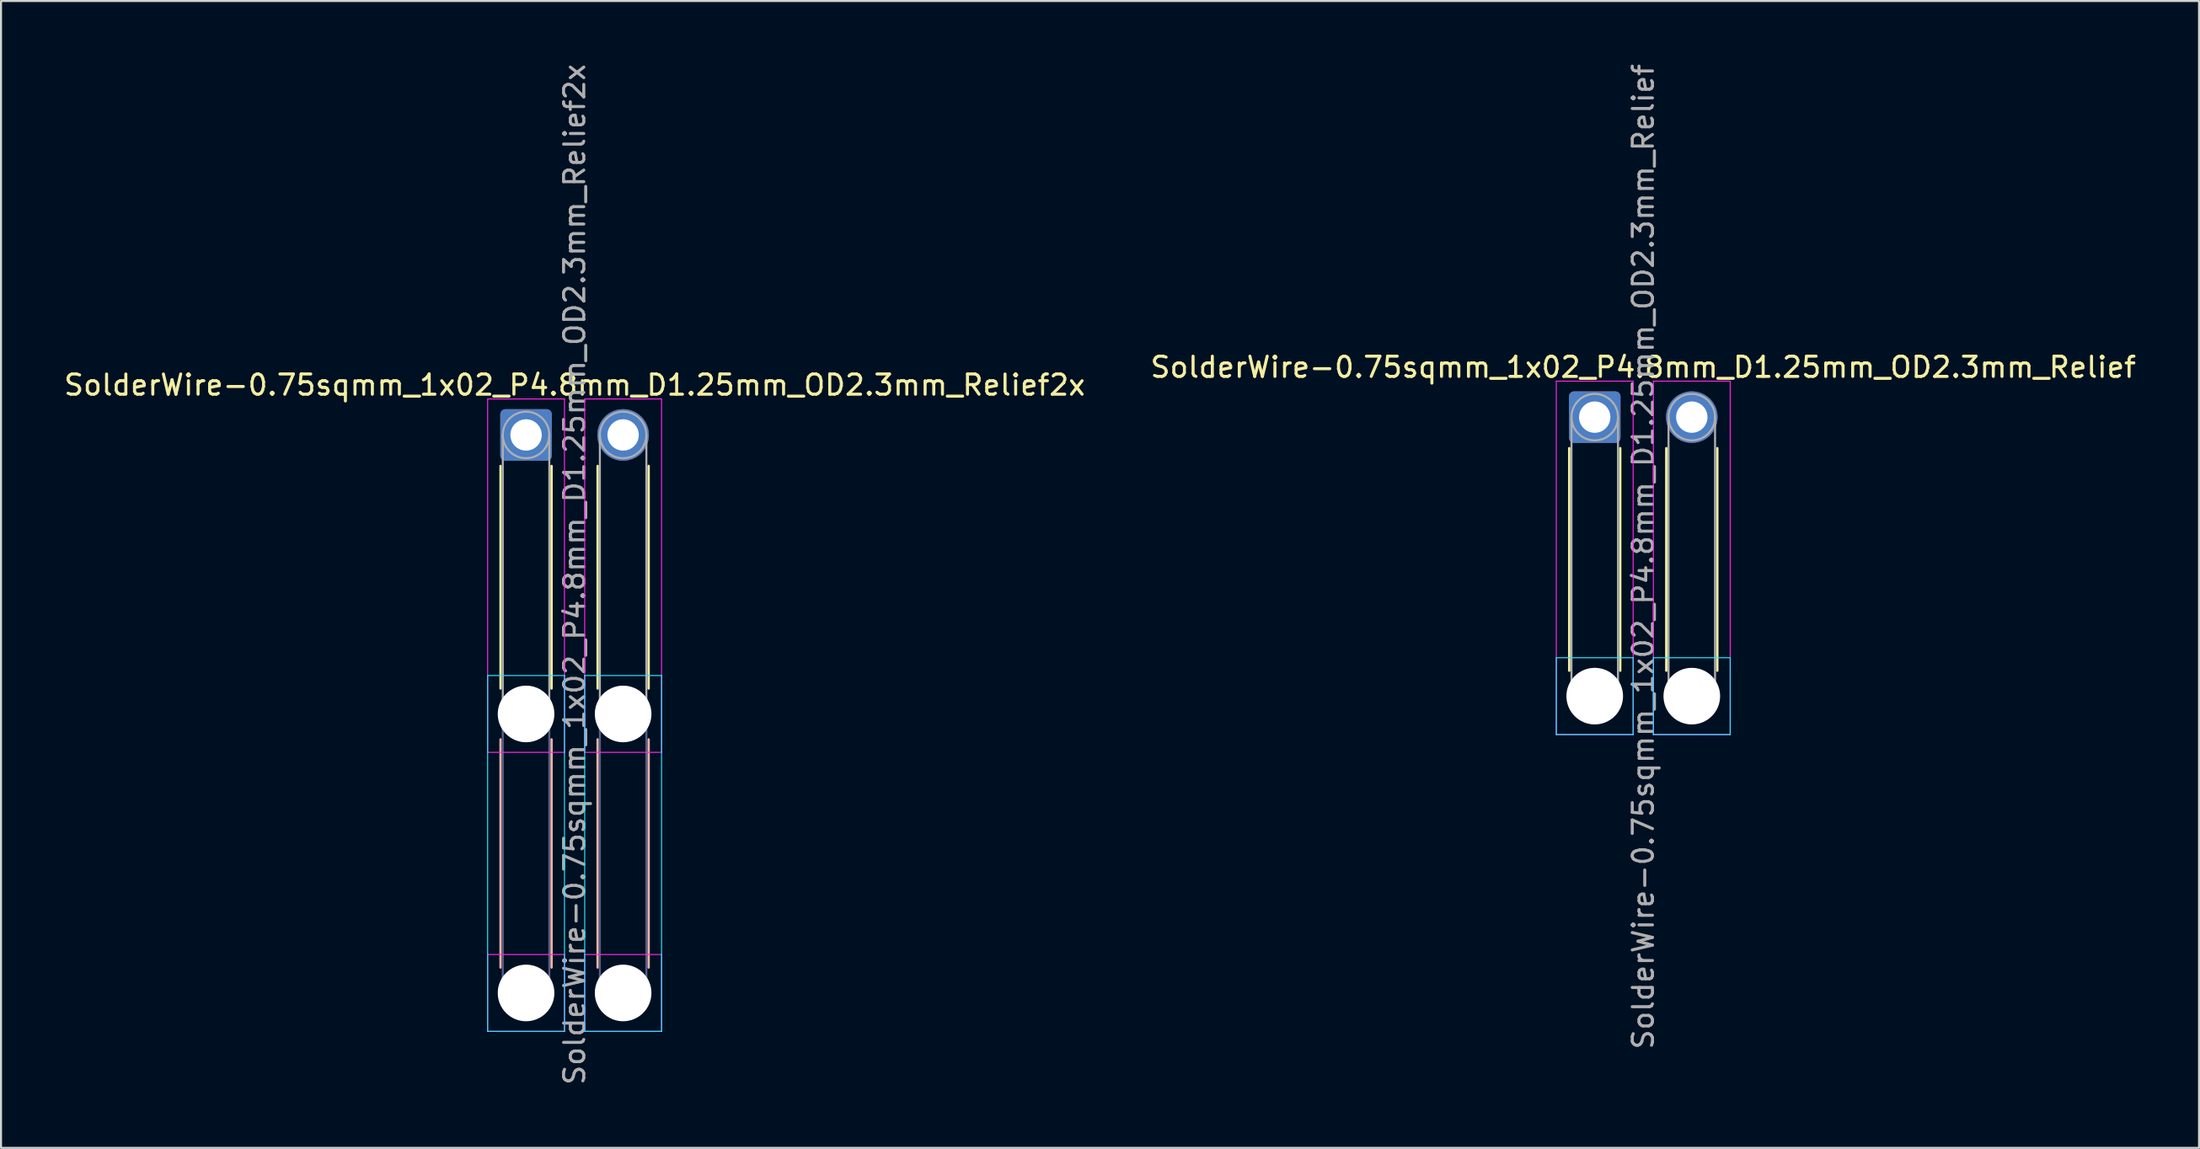
<source format=kicad_pcb>
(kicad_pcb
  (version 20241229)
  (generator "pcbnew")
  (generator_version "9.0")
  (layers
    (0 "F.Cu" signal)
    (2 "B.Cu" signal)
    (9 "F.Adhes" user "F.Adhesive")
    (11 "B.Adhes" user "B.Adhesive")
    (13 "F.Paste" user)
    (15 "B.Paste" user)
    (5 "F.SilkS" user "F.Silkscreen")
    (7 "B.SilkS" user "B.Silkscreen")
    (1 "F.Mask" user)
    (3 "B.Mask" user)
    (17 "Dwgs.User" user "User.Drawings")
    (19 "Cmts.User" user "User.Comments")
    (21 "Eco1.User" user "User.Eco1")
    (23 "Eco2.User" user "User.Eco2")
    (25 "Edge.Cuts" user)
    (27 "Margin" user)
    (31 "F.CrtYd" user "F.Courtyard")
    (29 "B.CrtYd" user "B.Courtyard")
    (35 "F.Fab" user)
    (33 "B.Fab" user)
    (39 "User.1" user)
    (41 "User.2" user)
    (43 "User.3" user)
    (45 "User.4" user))
  (footprint "SolderWire-0.75sqmm_1x02_P4.8mm_D1.25mm_OD2.3mm_Relief"
    (layer "F.Cu")
    (at 75.808 17.582)
    (property "Reference" "SolderWire-0.75sqmm_1x02_P4.8mm_D1.25mm_OD2.3mm_Relief" (at 2.4 -2.47 0) (layer "F.SilkS") (effects (font (size 1 1) (thickness 0.15))))
    (attr exclude_from_pos_files exclude_from_bom)
    (fp_line (start -1.26 1.535) (end -1.26 12.54) (stroke (width 0.12) (type solid)) (layer "F.SilkS"))
    (fp_line (start 1.26 1.535) (end 1.26 12.54) (stroke (width 0.12) (type solid)) (layer "F.SilkS"))
    (fp_line (start 3.54 1.535) (end 3.54 12.54) (stroke (width 0.12) (type solid)) (layer "F.SilkS"))
    (fp_line (start 6.06 1.535) (end 6.06 12.54) (stroke (width 0.12) (type solid)) (layer "F.SilkS"))
    (fp_line (start -1.9 11.9) (end -1.9 15.7) (stroke (width 0.05) (type solid)) (layer "B.CrtYd"))
    (fp_line (start -1.9 15.7) (end 1.9 15.7) (stroke (width 0.05) (type solid)) (layer "B.CrtYd"))
    (fp_line (start 1.9 11.9) (end -1.9 11.9) (stroke (width 0.05) (type solid)) (layer "B.CrtYd"))
    (fp_line (start 1.9 15.7) (end 1.9 11.9) (stroke (width 0.05) (type solid)) (layer "B.CrtYd"))
    (fp_line (start 2.9 11.9) (end 2.9 15.7) (stroke (width 0.05) (type solid)) (layer "B.CrtYd"))
    (fp_line (start 2.9 15.7) (end 6.7 15.7) (stroke (width 0.05) (type solid)) (layer "B.CrtYd"))
    (fp_line (start 6.7 11.9) (end 2.9 11.9) (stroke (width 0.05) (type solid)) (layer "B.CrtYd"))
    (fp_line (start 6.7 15.7) (end 6.7 11.9) (stroke (width 0.05) (type solid)) (layer "B.CrtYd"))
    (fp_line (start -1.9 -1.78) (end -1.9 15.7) (stroke (width 0.05) (type solid)) (layer "F.CrtYd"))
    (fp_line (start -1.9 15.7) (end 1.9 15.7) (stroke (width 0.05) (type solid)) (layer "F.CrtYd"))
    (fp_line (start 1.9 -1.78) (end -1.9 -1.78) (stroke (width 0.05) (type solid)) (layer "F.CrtYd"))
    (fp_line (start 1.9 15.7) (end 1.9 -1.78) (stroke (width 0.05) (type solid)) (layer "F.CrtYd"))
    (fp_line (start 2.9 -1.78) (end 2.9 15.7) (stroke (width 0.05) (type solid)) (layer "F.CrtYd"))
    (fp_line (start 2.9 15.7) (end 6.7 15.7) (stroke (width 0.05) (type solid)) (layer "F.CrtYd"))
    (fp_line (start 6.7 -1.78) (end 2.9 -1.78) (stroke (width 0.05) (type solid)) (layer "F.CrtYd"))
    (fp_line (start 6.7 15.7) (end 6.7 -1.78) (stroke (width 0.05) (type solid)) (layer "F.CrtYd"))
    (fp_line (start -1.15 0) (end -1.15 13.8) (stroke (width 0.1) (type solid)) (layer "F.Fab"))
    (fp_line (start 1.15 0) (end 1.15 13.8) (stroke (width 0.1) (type solid)) (layer "F.Fab"))
    (fp_line (start 3.65 0) (end 3.65 13.8) (stroke (width 0.1) (type solid)) (layer "F.Fab"))
    (fp_line (start 5.95 0) (end 5.95 13.8) (stroke (width 0.1) (type solid)) (layer "F.Fab"))
    (fp_circle (center 0 0) (end 1.15 0) (stroke (width 0.1) (type solid)) (fill no) (layer "F.Fab"))
    (fp_circle (center 0 13.8) (end 1.15 13.8) (stroke (width 0.1) (type solid)) (fill no) (layer "F.Fab"))
    (fp_circle (center 4.8 0) (end 5.95 0) (stroke (width 0.1) (type solid)) (fill no) (layer "F.Fab"))
    (fp_circle (center 4.8 13.8) (end 5.95 13.8) (stroke (width 0.1) (type solid)) (fill no) (layer "F.Fab"))
    (fp_text user "${REFERENCE}" (at 2.4 6.9 90) (layer "F.Fab") (effects (font (size 1 1) (thickness 0.15))))
    (pad "" np_thru_hole circle (at 0 13.8) (size 2.8 2.8) (drill 2.8) (layers "*.Cu" "*.Mask"))
    (pad "" np_thru_hole circle (at 4.8 13.8) (size 2.8 2.8) (drill 2.8) (layers "*.Cu" "*.Mask"))
    (pad "1" thru_hole roundrect (at 0 0) (size 2.55 2.55) (drill 1.55) (layers "*.Cu" "*.Mask") (roundrect_rratio 0.098))
    (pad "2" thru_hole circle (at 4.8 0) (size 2.55 2.55) (drill 1.55) (layers "*.Cu" "*.Mask")))
  (footprint "SolderWire-0.75sqmm_1x02_P4.8mm_D1.25mm_OD2.3mm_Relief2x"
    (layer "F.Cu")
    (at 22.963 18.463)
    (property "Reference" "SolderWire-0.75sqmm_1x02_P4.8mm_D1.25mm_OD2.3mm_Relief2x" (at 2.4 -2.47 0) (layer "F.SilkS") (effects (font (size 1 1) (thickness 0.15))))
    (attr exclude_from_pos_files exclude_from_bom)
    (fp_line (start -1.26 1.535) (end -1.26 12.54) (stroke (width 0.12) (type solid)) (layer "F.SilkS"))
    (fp_line (start 1.26 1.535) (end 1.26 12.54) (stroke (width 0.12) (type solid)) (layer "F.SilkS"))
    (fp_line (start 3.54 1.535) (end 3.54 12.54) (stroke (width 0.12) (type solid)) (layer "F.SilkS"))
    (fp_line (start 6.06 1.535) (end 6.06 12.54) (stroke (width 0.12) (type solid)) (layer "F.SilkS"))
    (fp_line (start -1.26 15.06) (end -1.26 26.34) (stroke (width 0.12) (type solid)) (layer "B.SilkS"))
    (fp_line (start 1.26 15.06) (end 1.26 26.34) (stroke (width 0.12) (type solid)) (layer "B.SilkS"))
    (fp_line (start 3.54 15.06) (end 3.54 26.34) (stroke (width 0.12) (type solid)) (layer "B.SilkS"))
    (fp_line (start 6.06 15.06) (end 6.06 26.34) (stroke (width 0.12) (type solid)) (layer "B.SilkS"))
    (fp_line (start -1.9 11.9) (end -1.9 29.5) (stroke (width 0.05) (type solid)) (layer "B.CrtYd"))
    (fp_line (start -1.9 29.5) (end 1.9 29.5) (stroke (width 0.05) (type solid)) (layer "B.CrtYd"))
    (fp_line (start 1.9 11.9) (end -1.9 11.9) (stroke (width 0.05) (type solid)) (layer "B.CrtYd"))
    (fp_line (start 1.9 29.5) (end 1.9 11.9) (stroke (width 0.05) (type solid)) (layer "B.CrtYd"))
    (fp_line (start 2.9 11.9) (end 2.9 29.5) (stroke (width 0.05) (type solid)) (layer "B.CrtYd"))
    (fp_line (start 2.9 29.5) (end 6.7 29.5) (stroke (width 0.05) (type solid)) (layer "B.CrtYd"))
    (fp_line (start 6.7 11.9) (end 2.9 11.9) (stroke (width 0.05) (type solid)) (layer "B.CrtYd"))
    (fp_line (start 6.7 29.5) (end 6.7 11.9) (stroke (width 0.05) (type solid)) (layer "B.CrtYd"))
    (fp_line (start -1.9 -1.78) (end -1.9 15.7) (stroke (width 0.05) (type solid)) (layer "F.CrtYd"))
    (fp_line (start -1.9 15.7) (end 1.9 15.7) (stroke (width 0.05) (type solid)) (layer "F.CrtYd"))
    (fp_line (start -1.9 25.7) (end -1.9 29.5) (stroke (width 0.05) (type solid)) (layer "F.CrtYd"))
    (fp_line (start -1.9 29.5) (end 1.9 29.5) (stroke (width 0.05) (type solid)) (layer "F.CrtYd"))
    (fp_line (start 1.9 -1.78) (end -1.9 -1.78) (stroke (width 0.05) (type solid)) (layer "F.CrtYd"))
    (fp_line (start 1.9 15.7) (end 1.9 -1.78) (stroke (width 0.05) (type solid)) (layer "F.CrtYd"))
    (fp_line (start 1.9 25.7) (end -1.9 25.7) (stroke (width 0.05) (type solid)) (layer "F.CrtYd"))
    (fp_line (start 1.9 29.5) (end 1.9 25.7) (stroke (width 0.05) (type solid)) (layer "F.CrtYd"))
    (fp_line (start 2.9 -1.78) (end 2.9 15.7) (stroke (width 0.05) (type solid)) (layer "F.CrtYd"))
    (fp_line (start 2.9 15.7) (end 6.7 15.7) (stroke (width 0.05) (type solid)) (layer "F.CrtYd"))
    (fp_line (start 2.9 25.7) (end 2.9 29.5) (stroke (width 0.05) (type solid)) (layer "F.CrtYd"))
    (fp_line (start 2.9 29.5) (end 6.7 29.5) (stroke (width 0.05) (type solid)) (layer "F.CrtYd"))
    (fp_line (start 6.7 -1.78) (end 2.9 -1.78) (stroke (width 0.05) (type solid)) (layer "F.CrtYd"))
    (fp_line (start 6.7 15.7) (end 6.7 -1.78) (stroke (width 0.05) (type solid)) (layer "F.CrtYd"))
    (fp_line (start 6.7 25.7) (end 2.9 25.7) (stroke (width 0.05) (type solid)) (layer "F.CrtYd"))
    (fp_line (start 6.7 29.5) (end 6.7 25.7) (stroke (width 0.05) (type solid)) (layer "F.CrtYd"))
    (fp_line (start -1.15 13.8) (end -1.15 27.6) (stroke (width 0.1) (type solid)) (layer "B.Fab"))
    (fp_line (start 1.15 13.8) (end 1.15 27.6) (stroke (width 0.1) (type solid)) (layer "B.Fab"))
    (fp_line (start 3.65 13.8) (end 3.65 27.6) (stroke (width 0.1) (type solid)) (layer "B.Fab"))
    (fp_line (start 5.95 13.8) (end 5.95 27.6) (stroke (width 0.1) (type solid)) (layer "B.Fab"))
    (fp_circle (center 0 13.8) (end 1.15 13.8) (stroke (width 0.1) (type solid)) (fill no) (layer "B.Fab"))
    (fp_circle (center 0 27.6) (end 1.15 27.6) (stroke (width 0.1) (type solid)) (fill no) (layer "B.Fab"))
    (fp_circle (center 4.8 13.8) (end 5.95 13.8) (stroke (width 0.1) (type solid)) (fill no) (layer "B.Fab"))
    (fp_circle (center 4.8 27.6) (end 5.95 27.6) (stroke (width 0.1) (type solid)) (fill no) (layer "B.Fab"))
    (fp_line (start -1.15 0) (end -1.15 13.8) (stroke (width 0.1) (type solid)) (layer "F.Fab"))
    (fp_line (start 1.15 0) (end 1.15 13.8) (stroke (width 0.1) (type solid)) (layer "F.Fab"))
    (fp_line (start 3.65 0) (end 3.65 13.8) (stroke (width 0.1) (type solid)) (layer "F.Fab"))
    (fp_line (start 5.95 0) (end 5.95 13.8) (stroke (width 0.1) (type solid)) (layer "F.Fab"))
    (fp_circle (center 0 0) (end 1.15 0) (stroke (width 0.1) (type solid)) (fill no) (layer "F.Fab"))
    (fp_circle (center 0 13.8) (end 1.15 13.8) (stroke (width 0.1) (type solid)) (fill no) (layer "F.Fab"))
    (fp_circle (center 0 27.6) (end 1.15 27.6) (stroke (width 0.1) (type solid)) (fill no) (layer "F.Fab"))
    (fp_circle (center 4.8 0) (end 5.95 0) (stroke (width 0.1) (type solid)) (fill no) (layer "F.Fab"))
    (fp_circle (center 4.8 13.8) (end 5.95 13.8) (stroke (width 0.1) (type solid)) (fill no) (layer "F.Fab"))
    (fp_circle (center 4.8 27.6) (end 5.95 27.6) (stroke (width 0.1) (type solid)) (fill no) (layer "F.Fab"))
    (fp_text user "${REFERENCE}" (at 2.4 6.9 90) (layer "F.Fab") (effects (font (size 1 1) (thickness 0.15))))
    (pad "" np_thru_hole circle (at 0 13.8) (size 2.8 2.8) (drill 2.8) (layers "*.Cu" "*.Mask"))
    (pad "" np_thru_hole circle (at 0 27.6) (size 2.8 2.8) (drill 2.8) (layers "*.Cu" "*.Mask"))
    (pad "" np_thru_hole circle (at 4.8 13.8) (size 2.8 2.8) (drill 2.8) (layers "*.Cu" "*.Mask"))
    (pad "" np_thru_hole circle (at 4.8 27.6) (size 2.8 2.8) (drill 2.8) (layers "*.Cu" "*.Mask"))
    (pad "1" thru_hole roundrect (at 0 0) (size 2.55 2.55) (drill 1.55) (layers "*.Cu" "*.Mask") (roundrect_rratio 0.098))
    (pad "2" thru_hole circle (at 4.8 0) (size 2.55 2.55) (drill 1.55) (layers "*.Cu" "*.Mask")))
  (gr_rect
    (start -3 -3)
    (end 105.69 53.726)
    (stroke (width 0.1) (type default))
    (fill no)
    (layer "Edge.Cuts")))
</source>
